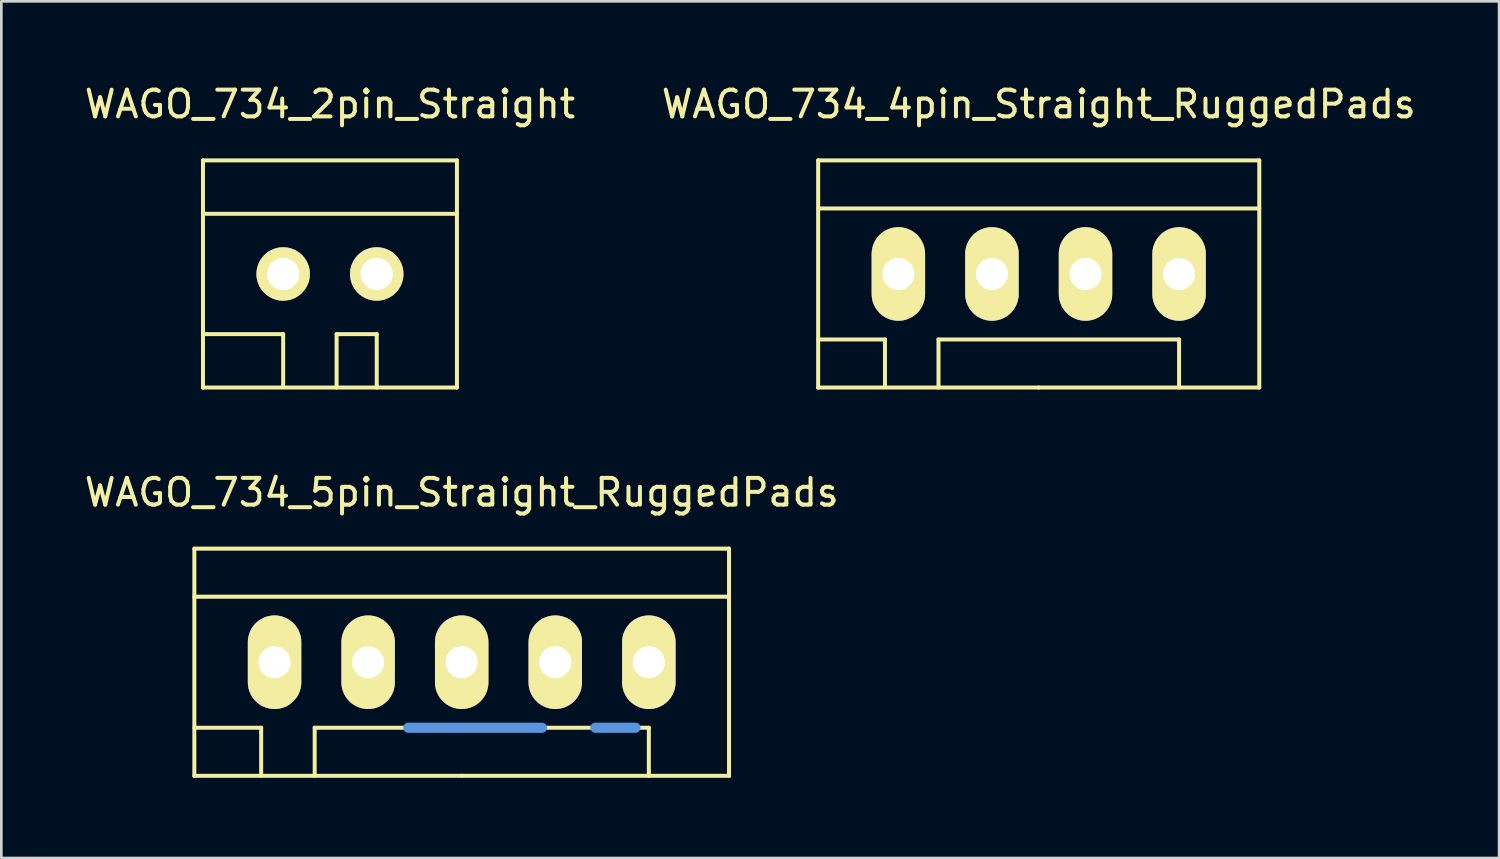
<source format=kicad_pcb>
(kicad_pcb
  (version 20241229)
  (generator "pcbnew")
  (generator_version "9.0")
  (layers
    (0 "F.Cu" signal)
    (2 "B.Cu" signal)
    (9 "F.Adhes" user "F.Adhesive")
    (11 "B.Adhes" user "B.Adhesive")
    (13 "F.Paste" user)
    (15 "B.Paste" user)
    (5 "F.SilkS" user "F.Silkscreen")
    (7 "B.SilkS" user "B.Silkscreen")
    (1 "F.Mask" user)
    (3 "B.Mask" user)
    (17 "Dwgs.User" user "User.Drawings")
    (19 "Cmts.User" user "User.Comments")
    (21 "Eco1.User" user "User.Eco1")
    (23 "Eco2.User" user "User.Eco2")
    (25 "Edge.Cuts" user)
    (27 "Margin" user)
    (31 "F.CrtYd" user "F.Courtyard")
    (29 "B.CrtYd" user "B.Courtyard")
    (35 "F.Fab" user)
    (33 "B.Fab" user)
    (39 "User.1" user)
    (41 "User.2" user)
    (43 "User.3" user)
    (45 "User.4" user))
  (footprint "WAGO_734_5pin_Straight_RuggedPads"
    (layer "F.Cu")
    (at 14.22 21.721)
    (property "Reference" "WAGO_734_5pin_Straight_RuggedPads" (at 0 -6.35 0) (layer "F.SilkS") (effects (font (size 1 1) (thickness 0.15))))
    (attr through_hole)
    (fp_line (start -10 -4.249) (end -10 4.249) (stroke (width 0.15) (type solid)) (layer "F.SilkS"))
    (fp_line (start -10 -2.451) (end 10 -2.451) (stroke (width 0.15) (type solid)) (layer "F.SilkS"))
    (fp_line (start -10 2.451) (end -7.501 2.451) (stroke (width 0.15) (type solid)) (layer "F.SilkS"))
    (fp_line (start -10 4.249) (end 0 4.249) (stroke (width 0.15) (type solid)) (layer "F.SilkS"))
    (fp_line (start -7.501 2.451) (end -7.501 4.249) (stroke (width 0.15) (type solid)) (layer "F.SilkS"))
    (fp_line (start -5.499 4.249) (end -5.499 2.451) (stroke (width 0.15) (type solid)) (layer "F.SilkS"))
    (fp_line (start 0 4.249) (end 10 4.249) (stroke (width 0.15) (type solid)) (layer "F.SilkS"))
    (fp_line (start 7 2.451) (end -5.499 2.451) (stroke (width 0.15) (type solid)) (layer "F.SilkS"))
    (fp_line (start 7 4.249) (end 7 2.451) (stroke (width 0.15) (type solid)) (layer "F.SilkS"))
    (fp_line (start 10 -4.249) (end -10 -4.249) (stroke (width 0.15) (type solid)) (layer "F.SilkS"))
    (fp_line (start 10 4.249) (end 10 -4.249) (stroke (width 0.15) (type solid)) (layer "F.SilkS"))
    (fp_line (start -1.999 2.451) (end 3 2.451) (stroke (width 0.381) (type solid)) (layer "Cmts.User"))
    (fp_line (start 5.001 2.451) (end 6.5 2.451) (stroke (width 0.381) (type solid)) (layer "Cmts.User"))
    (pad "1" thru_hole oval (at -7 0) (size 1.999 3.5) (drill 1.199) (layers "*.Cu" "*.Mask" "F.SilkS"))
    (pad "2" thru_hole oval (at -3.5 0) (size 1.999 3.5) (drill 1.199) (layers "*.Cu" "*.Mask" "F.SilkS"))
    (pad "3" thru_hole oval (at 0 0) (size 1.999 3.5) (drill 1.199) (layers "*.Cu" "*.Mask" "F.SilkS"))
    (pad "4" thru_hole oval (at 3.5 0) (size 1.999 3.5) (drill 1.199) (layers "*.Cu" "*.Mask" "F.SilkS"))
    (pad "5" thru_hole oval (at 7 0) (size 1.999 3.5) (drill 1.199) (layers "*.Cu" "*.Mask" "F.SilkS")))
  (footprint "WAGO_734_4pin_Straight_RuggedPads"
    (layer "F.Cu")
    (at 35.804 7.198)
    (property "Reference" "WAGO_734_4pin_Straight_RuggedPads" (at 0 -6.35 0) (layer "F.SilkS") (effects (font (size 1 1) (thickness 0.15))))
    (attr through_hole)
    (fp_line (start -8.25 -4.249) (end 8.25 -4.249) (stroke (width 0.15) (type solid)) (layer "F.SilkS"))
    (fp_line (start -8.25 -2.451) (end 8.25 -2.451) (stroke (width 0.15) (type solid)) (layer "F.SilkS"))
    (fp_line (start -8.25 2.451) (end -5.751 2.451) (stroke (width 0.15) (type solid)) (layer "F.SilkS"))
    (fp_line (start -8.25 4.249) (end -8.25 -4.249) (stroke (width 0.15) (type solid)) (layer "F.SilkS"))
    (fp_line (start -5.751 2.451) (end -5.751 4.201) (stroke (width 0.15) (type solid)) (layer "F.SilkS"))
    (fp_line (start -3.749 4.249) (end -3.749 2.451) (stroke (width 0.15) (type solid)) (layer "F.SilkS"))
    (fp_line (start 0 4.249) (end -8.25 4.249) (stroke (width 0.15) (type solid)) (layer "F.SilkS"))
    (fp_line (start 5.25 2.451) (end -3.749 2.451) (stroke (width 0.15) (type solid)) (layer "F.SilkS"))
    (fp_line (start 5.25 4.249) (end 5.25 2.451) (stroke (width 0.15) (type solid)) (layer "F.SilkS"))
    (fp_line (start 8.25 -4.249) (end 8.25 4.249) (stroke (width 0.15) (type solid)) (layer "F.SilkS"))
    (fp_line (start 8.25 4.249) (end 0 4.249) (stroke (width 0.15) (type solid)) (layer "F.SilkS"))
    (pad "1" thru_hole oval (at -5.25 0) (size 1.999 3.5) (drill 1.199) (layers "*.Cu" "*.Mask" "F.SilkS"))
    (pad "2" thru_hole oval (at -1.75 0) (size 1.999 3.5) (drill 1.199) (layers "*.Cu" "*.Mask" "F.SilkS"))
    (pad "3" thru_hole oval (at 1.75 0) (size 1.999 3.5) (drill 1.199) (layers "*.Cu" "*.Mask" "F.SilkS"))
    (pad "4" thru_hole oval (at 5.25 0) (size 1.999 3.5) (drill 1.199) (layers "*.Cu" "*.Mask" "F.SilkS")))
  (footprint "WAGO_734_2pin_Straight"
    (layer "F.Cu")
    (at 9.292 7.198)
    (property "Reference" "WAGO_734_2pin_Straight" (at 0 -6.35 0) (layer "F.SilkS") (effects (font (size 1 1) (thickness 0.15))))
    (attr through_hole)
    (fp_line (start -4.75 -4.249) (end -4.75 4.249) (stroke (width 0.15) (type solid)) (layer "F.SilkS"))
    (fp_line (start -4.75 -2.25) (end 4.75 -2.25) (stroke (width 0.15) (type solid)) (layer "F.SilkS"))
    (fp_line (start -4.75 2.25) (end -1.75 2.25) (stroke (width 0.15) (type solid)) (layer "F.SilkS"))
    (fp_line (start -4.75 4.249) (end 4.75 4.249) (stroke (width 0.15) (type solid)) (layer "F.SilkS"))
    (fp_line (start -1.75 2.25) (end -1.75 4.201) (stroke (width 0.15) (type solid)) (layer "F.SilkS"))
    (fp_line (start 0.249 2.25) (end 1.75 2.25) (stroke (width 0.15) (type solid)) (layer "F.SilkS"))
    (fp_line (start 0.249 4.249) (end 0.249 2.25) (stroke (width 0.15) (type solid)) (layer "F.SilkS"))
    (fp_line (start 1.75 2.25) (end 1.75 4.249) (stroke (width 0.15) (type solid)) (layer "F.SilkS"))
    (fp_line (start 4.75 -4.249) (end -4.75 -4.249) (stroke (width 0.15) (type solid)) (layer "F.SilkS"))
    (fp_line (start 4.75 4.249) (end 4.75 -4.249) (stroke (width 0.15) (type solid)) (layer "F.SilkS"))
    (pad "1" thru_hole circle (at -1.75 0) (size 1.999 1.999) (drill 1.199) (layers "*.Cu" "*.Mask" "F.SilkS"))
    (pad "2" thru_hole circle (at 1.75 0) (size 1.999 1.999) (drill 1.199) (layers "*.Cu" "*.Mask" "F.SilkS")))
  (gr_rect
    (start -3 -3)
    (end 53.024 29.045)
    (stroke (width 0.1) (type default))
    (fill no)
    (layer "Edge.Cuts")))
</source>
